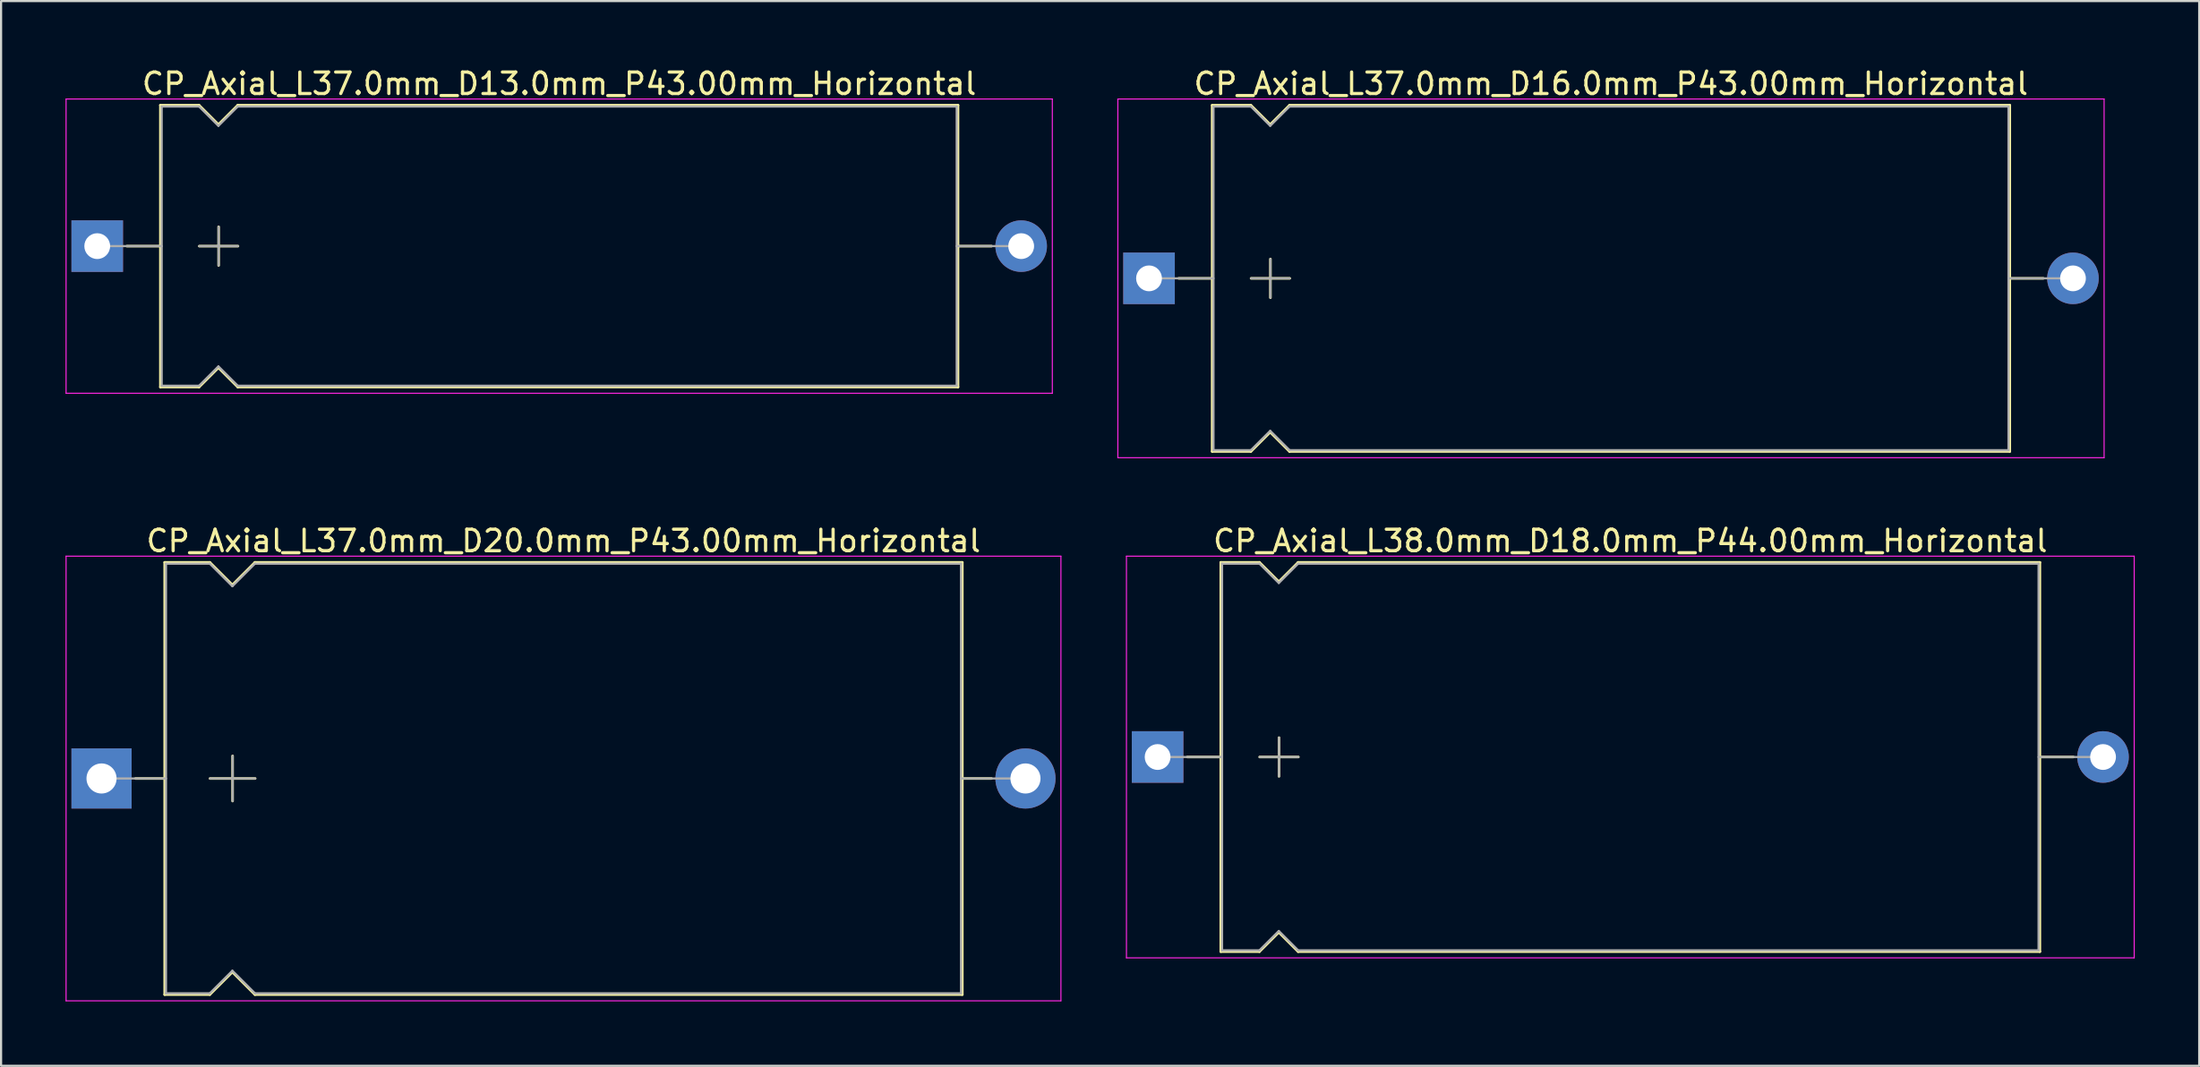
<source format=kicad_pcb>
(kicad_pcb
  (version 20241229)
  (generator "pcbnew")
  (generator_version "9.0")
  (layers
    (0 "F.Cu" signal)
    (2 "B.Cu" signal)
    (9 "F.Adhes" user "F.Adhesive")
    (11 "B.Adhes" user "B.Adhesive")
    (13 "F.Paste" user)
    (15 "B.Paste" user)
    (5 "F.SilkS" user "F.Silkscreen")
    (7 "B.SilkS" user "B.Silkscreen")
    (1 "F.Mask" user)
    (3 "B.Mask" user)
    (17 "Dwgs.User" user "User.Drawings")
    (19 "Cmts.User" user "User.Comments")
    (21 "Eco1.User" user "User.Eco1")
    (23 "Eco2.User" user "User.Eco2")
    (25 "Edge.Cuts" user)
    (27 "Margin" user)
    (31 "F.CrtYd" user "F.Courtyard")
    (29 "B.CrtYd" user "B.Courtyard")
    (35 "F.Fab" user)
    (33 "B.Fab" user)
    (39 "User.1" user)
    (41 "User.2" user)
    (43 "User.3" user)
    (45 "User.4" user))
  (footprint "CP_Axial_L38.0mm_D18.0mm_P44.00mm_Horizontal"
    (layer "F.Cu")
    (at 50.825 32.191)
    (property "Reference" "CP_Axial_L38.0mm_D18.0mm_P44.00mm_Horizontal" (at 22 -10.06 0) (layer "F.SilkS") (effects (font (size 1 1) (thickness 0.15))))
    (attr through_hole)
    (fp_line (start 1.38 0) (end 2.94 0) (stroke (width 0.12) (type solid)) (layer "F.SilkS"))
    (fp_line (start 2.94 -9.06) (end 2.94 9.06) (stroke (width 0.12) (type solid)) (layer "F.SilkS"))
    (fp_line (start 2.94 -9.06) (end 4.74 -9.06) (stroke (width 0.12) (type solid)) (layer "F.SilkS"))
    (fp_line (start 2.94 9.06) (end 4.74 9.06) (stroke (width 0.12) (type solid)) (layer "F.SilkS"))
    (fp_line (start 4.74 -9.06) (end 5.64 -8.16) (stroke (width 0.12) (type solid)) (layer "F.SilkS"))
    (fp_line (start 4.74 9.06) (end 5.64 8.16) (stroke (width 0.12) (type solid)) (layer "F.SilkS"))
    (fp_line (start 4.75 0) (end 6.55 0) (stroke (width 0.12) (type solid)) (layer "F.SilkS"))
    (fp_line (start 5.64 -8.16) (end 6.54 -9.06) (stroke (width 0.12) (type solid)) (layer "F.SilkS"))
    (fp_line (start 5.64 8.16) (end 6.54 9.06) (stroke (width 0.12) (type solid)) (layer "F.SilkS"))
    (fp_line (start 5.65 -0.9) (end 5.65 0.9) (stroke (width 0.12) (type solid)) (layer "F.SilkS"))
    (fp_line (start 6.54 -9.06) (end 41.06 -9.06) (stroke (width 0.12) (type solid)) (layer "F.SilkS"))
    (fp_line (start 6.54 9.06) (end 41.06 9.06) (stroke (width 0.12) (type solid)) (layer "F.SilkS"))
    (fp_line (start 41.06 -9.06) (end 41.06 9.06) (stroke (width 0.12) (type solid)) (layer "F.SilkS"))
    (fp_line (start 42.62 0) (end 41.06 0) (stroke (width 0.12) (type solid)) (layer "F.SilkS"))
    (fp_line (start -1.45 -9.35) (end -1.45 9.35) (stroke (width 0.05) (type solid)) (layer "F.CrtYd"))
    (fp_line (start -1.45 9.35) (end 45.45 9.35) (stroke (width 0.05) (type solid)) (layer "F.CrtYd"))
    (fp_line (start 45.45 -9.35) (end -1.45 -9.35) (stroke (width 0.05) (type solid)) (layer "F.CrtYd"))
    (fp_line (start 45.45 9.35) (end 45.45 -9.35) (stroke (width 0.05) (type solid)) (layer "F.CrtYd"))
    (fp_line (start 0 0) (end 3 0) (stroke (width 0.1) (type solid)) (layer "F.Fab"))
    (fp_line (start 3 -9) (end 3 9) (stroke (width 0.1) (type solid)) (layer "F.Fab"))
    (fp_line (start 3 -9) (end 4.74 -9) (stroke (width 0.1) (type solid)) (layer "F.Fab"))
    (fp_line (start 3 9) (end 4.74 9) (stroke (width 0.1) (type solid)) (layer "F.Fab"))
    (fp_line (start 4.74 -9) (end 5.64 -8.1) (stroke (width 0.1) (type solid)) (layer "F.Fab"))
    (fp_line (start 4.74 9) (end 5.64 8.1) (stroke (width 0.1) (type solid)) (layer "F.Fab"))
    (fp_line (start 4.75 0) (end 6.55 0) (stroke (width 0.1) (type solid)) (layer "F.Fab"))
    (fp_line (start 5.64 -8.1) (end 6.54 -9) (stroke (width 0.1) (type solid)) (layer "F.Fab"))
    (fp_line (start 5.64 8.1) (end 6.54 9) (stroke (width 0.1) (type solid)) (layer "F.Fab"))
    (fp_line (start 5.65 -0.9) (end 5.65 0.9) (stroke (width 0.1) (type solid)) (layer "F.Fab"))
    (fp_line (start 6.54 -9) (end 41 -9) (stroke (width 0.1) (type solid)) (layer "F.Fab"))
    (fp_line (start 6.54 9) (end 41 9) (stroke (width 0.1) (type solid)) (layer "F.Fab"))
    (fp_line (start 41 -9) (end 41 9) (stroke (width 0.1) (type solid)) (layer "F.Fab"))
    (fp_line (start 44 0) (end 41 0) (stroke (width 0.1) (type solid)) (layer "F.Fab"))
    (pad "1" thru_hole rect (at 0 0) (size 2.4 2.4) (drill 1.2) (layers "*.Cu" "*.Mask"))
    (pad "2" thru_hole oval (at 44 0) (size 2.4 2.4) (drill 1.2) (layers "*.Cu" "*.Mask")))
  (footprint "CP_Axial_L37.0mm_D13.0mm_P43.00mm_Horizontal"
    (layer "F.Cu")
    (at 1.475 8.408)
    (property "Reference" "CP_Axial_L37.0mm_D13.0mm_P43.00mm_Horizontal" (at 21.5 -7.56 0) (layer "F.SilkS") (effects (font (size 1 1) (thickness 0.15))))
    (attr through_hole)
    (fp_line (start 1.38 0) (end 2.94 0) (stroke (width 0.12) (type solid)) (layer "F.SilkS"))
    (fp_line (start 2.94 -6.56) (end 2.94 6.56) (stroke (width 0.12) (type solid)) (layer "F.SilkS"))
    (fp_line (start 2.94 -6.56) (end 4.74 -6.56) (stroke (width 0.12) (type solid)) (layer "F.SilkS"))
    (fp_line (start 2.94 6.56) (end 4.74 6.56) (stroke (width 0.12) (type solid)) (layer "F.SilkS"))
    (fp_line (start 4.74 -6.56) (end 5.64 -5.66) (stroke (width 0.12) (type solid)) (layer "F.SilkS"))
    (fp_line (start 4.74 6.56) (end 5.64 5.66) (stroke (width 0.12) (type solid)) (layer "F.SilkS"))
    (fp_line (start 4.75 0) (end 6.55 0) (stroke (width 0.12) (type solid)) (layer "F.SilkS"))
    (fp_line (start 5.64 -5.66) (end 6.54 -6.56) (stroke (width 0.12) (type solid)) (layer "F.SilkS"))
    (fp_line (start 5.64 5.66) (end 6.54 6.56) (stroke (width 0.12) (type solid)) (layer "F.SilkS"))
    (fp_line (start 5.65 -0.9) (end 5.65 0.9) (stroke (width 0.12) (type solid)) (layer "F.SilkS"))
    (fp_line (start 6.54 -6.56) (end 40.06 -6.56) (stroke (width 0.12) (type solid)) (layer "F.SilkS"))
    (fp_line (start 6.54 6.56) (end 40.06 6.56) (stroke (width 0.12) (type solid)) (layer "F.SilkS"))
    (fp_line (start 40.06 -6.56) (end 40.06 6.56) (stroke (width 0.12) (type solid)) (layer "F.SilkS"))
    (fp_line (start 41.62 0) (end 40.06 0) (stroke (width 0.12) (type solid)) (layer "F.SilkS"))
    (fp_line (start -1.45 -6.85) (end -1.45 6.85) (stroke (width 0.05) (type solid)) (layer "F.CrtYd"))
    (fp_line (start -1.45 6.85) (end 44.45 6.85) (stroke (width 0.05) (type solid)) (layer "F.CrtYd"))
    (fp_line (start 44.45 -6.85) (end -1.45 -6.85) (stroke (width 0.05) (type solid)) (layer "F.CrtYd"))
    (fp_line (start 44.45 6.85) (end 44.45 -6.85) (stroke (width 0.05) (type solid)) (layer "F.CrtYd"))
    (fp_line (start 0 0) (end 3 0) (stroke (width 0.1) (type solid)) (layer "F.Fab"))
    (fp_line (start 3 -6.5) (end 3 6.5) (stroke (width 0.1) (type solid)) (layer "F.Fab"))
    (fp_line (start 3 -6.5) (end 4.74 -6.5) (stroke (width 0.1) (type solid)) (layer "F.Fab"))
    (fp_line (start 3 6.5) (end 4.74 6.5) (stroke (width 0.1) (type solid)) (layer "F.Fab"))
    (fp_line (start 4.74 -6.5) (end 5.64 -5.6) (stroke (width 0.1) (type solid)) (layer "F.Fab"))
    (fp_line (start 4.74 6.5) (end 5.64 5.6) (stroke (width 0.1) (type solid)) (layer "F.Fab"))
    (fp_line (start 4.75 0) (end 6.55 0) (stroke (width 0.1) (type solid)) (layer "F.Fab"))
    (fp_line (start 5.64 -5.6) (end 6.54 -6.5) (stroke (width 0.1) (type solid)) (layer "F.Fab"))
    (fp_line (start 5.64 5.6) (end 6.54 6.5) (stroke (width 0.1) (type solid)) (layer "F.Fab"))
    (fp_line (start 5.65 -0.9) (end 5.65 0.9) (stroke (width 0.1) (type solid)) (layer "F.Fab"))
    (fp_line (start 6.54 -6.5) (end 40 -6.5) (stroke (width 0.1) (type solid)) (layer "F.Fab"))
    (fp_line (start 6.54 6.5) (end 40 6.5) (stroke (width 0.1) (type solid)) (layer "F.Fab"))
    (fp_line (start 40 -6.5) (end 40 6.5) (stroke (width 0.1) (type solid)) (layer "F.Fab"))
    (fp_line (start 43 0) (end 40 0) (stroke (width 0.1) (type solid)) (layer "F.Fab"))
    (pad "1" thru_hole rect (at 0 0) (size 2.4 2.4) (drill 1.2) (layers "*.Cu" "*.Mask"))
    (pad "2" thru_hole oval (at 43 0) (size 2.4 2.4) (drill 1.2) (layers "*.Cu" "*.Mask")))
  (footprint "CP_Axial_L37.0mm_D16.0mm_P43.00mm_Horizontal"
    (layer "F.Cu")
    (at 50.425 9.908)
    (property "Reference" "CP_Axial_L37.0mm_D16.0mm_P43.00mm_Horizontal" (at 21.5 -9.06 0) (layer "F.SilkS") (effects (font (size 1 1) (thickness 0.15))))
    (attr through_hole)
    (fp_line (start 1.38 0) (end 2.94 0) (stroke (width 0.12) (type solid)) (layer "F.SilkS"))
    (fp_line (start 2.94 -8.06) (end 2.94 8.06) (stroke (width 0.12) (type solid)) (layer "F.SilkS"))
    (fp_line (start 2.94 -8.06) (end 4.74 -8.06) (stroke (width 0.12) (type solid)) (layer "F.SilkS"))
    (fp_line (start 2.94 8.06) (end 4.74 8.06) (stroke (width 0.12) (type solid)) (layer "F.SilkS"))
    (fp_line (start 4.74 -8.06) (end 5.64 -7.16) (stroke (width 0.12) (type solid)) (layer "F.SilkS"))
    (fp_line (start 4.74 8.06) (end 5.64 7.16) (stroke (width 0.12) (type solid)) (layer "F.SilkS"))
    (fp_line (start 4.75 0) (end 6.55 0) (stroke (width 0.12) (type solid)) (layer "F.SilkS"))
    (fp_line (start 5.64 -7.16) (end 6.54 -8.06) (stroke (width 0.12) (type solid)) (layer "F.SilkS"))
    (fp_line (start 5.64 7.16) (end 6.54 8.06) (stroke (width 0.12) (type solid)) (layer "F.SilkS"))
    (fp_line (start 5.65 -0.9) (end 5.65 0.9) (stroke (width 0.12) (type solid)) (layer "F.SilkS"))
    (fp_line (start 6.54 -8.06) (end 40.06 -8.06) (stroke (width 0.12) (type solid)) (layer "F.SilkS"))
    (fp_line (start 6.54 8.06) (end 40.06 8.06) (stroke (width 0.12) (type solid)) (layer "F.SilkS"))
    (fp_line (start 40.06 -8.06) (end 40.06 8.06) (stroke (width 0.12) (type solid)) (layer "F.SilkS"))
    (fp_line (start 41.62 0) (end 40.06 0) (stroke (width 0.12) (type solid)) (layer "F.SilkS"))
    (fp_line (start -1.45 -8.35) (end -1.45 8.35) (stroke (width 0.05) (type solid)) (layer "F.CrtYd"))
    (fp_line (start -1.45 8.35) (end 44.45 8.35) (stroke (width 0.05) (type solid)) (layer "F.CrtYd"))
    (fp_line (start 44.45 -8.35) (end -1.45 -8.35) (stroke (width 0.05) (type solid)) (layer "F.CrtYd"))
    (fp_line (start 44.45 8.35) (end 44.45 -8.35) (stroke (width 0.05) (type solid)) (layer "F.CrtYd"))
    (fp_line (start 0 0) (end 3 0) (stroke (width 0.1) (type solid)) (layer "F.Fab"))
    (fp_line (start 3 -8) (end 3 8) (stroke (width 0.1) (type solid)) (layer "F.Fab"))
    (fp_line (start 3 -8) (end 4.74 -8) (stroke (width 0.1) (type solid)) (layer "F.Fab"))
    (fp_line (start 3 8) (end 4.74 8) (stroke (width 0.1) (type solid)) (layer "F.Fab"))
    (fp_line (start 4.74 -8) (end 5.64 -7.1) (stroke (width 0.1) (type solid)) (layer "F.Fab"))
    (fp_line (start 4.74 8) (end 5.64 7.1) (stroke (width 0.1) (type solid)) (layer "F.Fab"))
    (fp_line (start 4.75 0) (end 6.55 0) (stroke (width 0.1) (type solid)) (layer "F.Fab"))
    (fp_line (start 5.64 -7.1) (end 6.54 -8) (stroke (width 0.1) (type solid)) (layer "F.Fab"))
    (fp_line (start 5.64 7.1) (end 6.54 8) (stroke (width 0.1) (type solid)) (layer "F.Fab"))
    (fp_line (start 5.65 -0.9) (end 5.65 0.9) (stroke (width 0.1) (type solid)) (layer "F.Fab"))
    (fp_line (start 6.54 -8) (end 40 -8) (stroke (width 0.1) (type solid)) (layer "F.Fab"))
    (fp_line (start 6.54 8) (end 40 8) (stroke (width 0.1) (type solid)) (layer "F.Fab"))
    (fp_line (start 40 -8) (end 40 8) (stroke (width 0.1) (type solid)) (layer "F.Fab"))
    (fp_line (start 43 0) (end 40 0) (stroke (width 0.1) (type solid)) (layer "F.Fab"))
    (pad "1" thru_hole rect (at 0 0) (size 2.4 2.4) (drill 1.2) (layers "*.Cu" "*.Mask"))
    (pad "2" thru_hole oval (at 43 0) (size 2.4 2.4) (drill 1.2) (layers "*.Cu" "*.Mask")))
  (footprint "CP_Axial_L37.0mm_D20.0mm_P43.00mm_Horizontal"
    (layer "F.Cu")
    (at 1.675 33.191)
    (property "Reference" "CP_Axial_L37.0mm_D20.0mm_P43.00mm_Horizontal" (at 21.5 -11.06 0) (layer "F.SilkS") (effects (font (size 1 1) (thickness 0.15))))
    (attr through_hole)
    (fp_line (start 1.58 0) (end 2.94 0) (stroke (width 0.12) (type solid)) (layer "F.SilkS"))
    (fp_line (start 2.94 -10.06) (end 2.94 10.06) (stroke (width 0.12) (type solid)) (layer "F.SilkS"))
    (fp_line (start 2.94 -10.06) (end 5.04 -10.06) (stroke (width 0.12) (type solid)) (layer "F.SilkS"))
    (fp_line (start 2.94 10.06) (end 5.04 10.06) (stroke (width 0.12) (type solid)) (layer "F.SilkS"))
    (fp_line (start 5.04 -10.06) (end 6.09 -9.01) (stroke (width 0.12) (type solid)) (layer "F.SilkS"))
    (fp_line (start 5.04 10.06) (end 6.09 9.01) (stroke (width 0.12) (type solid)) (layer "F.SilkS"))
    (fp_line (start 5.05 0) (end 7.15 0) (stroke (width 0.12) (type solid)) (layer "F.SilkS"))
    (fp_line (start 6.09 -9.01) (end 7.14 -10.06) (stroke (width 0.12) (type solid)) (layer "F.SilkS"))
    (fp_line (start 6.09 9.01) (end 7.14 10.06) (stroke (width 0.12) (type solid)) (layer "F.SilkS"))
    (fp_line (start 6.1 -1.05) (end 6.1 1.05) (stroke (width 0.12) (type solid)) (layer "F.SilkS"))
    (fp_line (start 7.14 -10.06) (end 40.06 -10.06) (stroke (width 0.12) (type solid)) (layer "F.SilkS"))
    (fp_line (start 7.14 10.06) (end 40.06 10.06) (stroke (width 0.12) (type solid)) (layer "F.SilkS"))
    (fp_line (start 40.06 -10.06) (end 40.06 10.06) (stroke (width 0.12) (type solid)) (layer "F.SilkS"))
    (fp_line (start 41.42 0) (end 40.06 0) (stroke (width 0.12) (type solid)) (layer "F.SilkS"))
    (fp_line (start -1.65 -10.35) (end -1.65 10.35) (stroke (width 0.05) (type solid)) (layer "F.CrtYd"))
    (fp_line (start -1.65 10.35) (end 44.65 10.35) (stroke (width 0.05) (type solid)) (layer "F.CrtYd"))
    (fp_line (start 44.65 -10.35) (end -1.65 -10.35) (stroke (width 0.05) (type solid)) (layer "F.CrtYd"))
    (fp_line (start 44.65 10.35) (end 44.65 -10.35) (stroke (width 0.05) (type solid)) (layer "F.CrtYd"))
    (fp_line (start 0 0) (end 3 0) (stroke (width 0.1) (type solid)) (layer "F.Fab"))
    (fp_line (start 3 -10) (end 3 10) (stroke (width 0.1) (type solid)) (layer "F.Fab"))
    (fp_line (start 3 -10) (end 5.04 -10) (stroke (width 0.1) (type solid)) (layer "F.Fab"))
    (fp_line (start 3 10) (end 5.04 10) (stroke (width 0.1) (type solid)) (layer "F.Fab"))
    (fp_line (start 5.04 -10) (end 6.09 -8.95) (stroke (width 0.1) (type solid)) (layer "F.Fab"))
    (fp_line (start 5.04 10) (end 6.09 8.95) (stroke (width 0.1) (type solid)) (layer "F.Fab"))
    (fp_line (start 5.05 0) (end 7.15 0) (stroke (width 0.1) (type solid)) (layer "F.Fab"))
    (fp_line (start 6.09 -8.95) (end 7.14 -10) (stroke (width 0.1) (type solid)) (layer "F.Fab"))
    (fp_line (start 6.09 8.95) (end 7.14 10) (stroke (width 0.1) (type solid)) (layer "F.Fab"))
    (fp_line (start 6.1 -1.05) (end 6.1 1.05) (stroke (width 0.1) (type solid)) (layer "F.Fab"))
    (fp_line (start 7.14 -10) (end 40 -10) (stroke (width 0.1) (type solid)) (layer "F.Fab"))
    (fp_line (start 7.14 10) (end 40 10) (stroke (width 0.1) (type solid)) (layer "F.Fab"))
    (fp_line (start 40 -10) (end 40 10) (stroke (width 0.1) (type solid)) (layer "F.Fab"))
    (fp_line (start 43 0) (end 40 0) (stroke (width 0.1) (type solid)) (layer "F.Fab"))
    (pad "1" thru_hole rect (at 0 0) (size 2.8 2.8) (drill 1.4) (layers "*.Cu" "*.Mask"))
    (pad "2" thru_hole oval (at 43 0) (size 2.8 2.8) (drill 1.4) (layers "*.Cu" "*.Mask")))
  (gr_rect
    (start -3 -3)
    (end 99.3 46.566)
    (stroke (width 0.1) (type default))
    (fill no)
    (layer "Edge.Cuts")))
</source>
